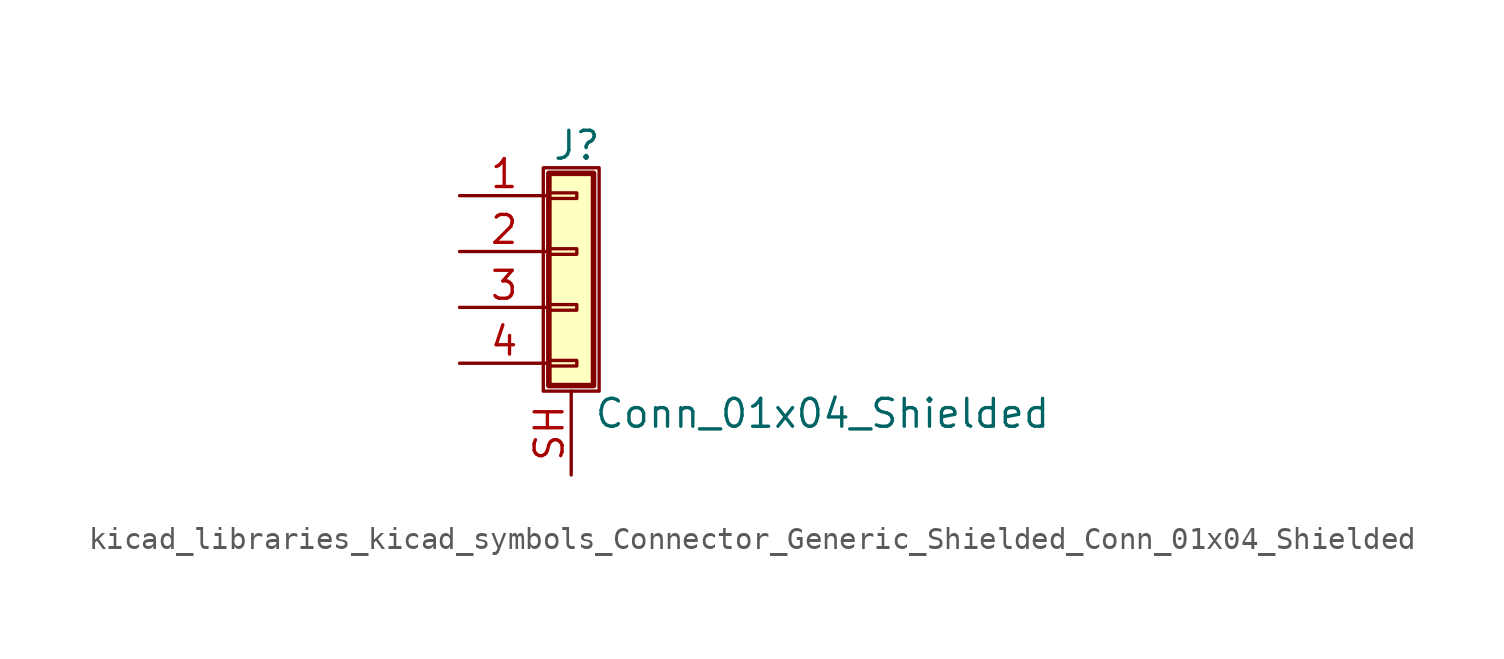
<source format=kicad_sym>
(kicad_symbol_lib
  (version 20220914)
  (generator kicad_symbol_editor)
  (symbol "kicad_libraries_kicad_symbols_Connector_Generic_Shielded_Conn_01x04_Shielded"
    (pin_names
      (offset 1.016) hide)
    (property "Reference" "J"
      (at 0.254 4.826 0)
      (effects (font (size 1.27 1.27))))
    (property "Value" "Conn_01x04_Shielded"
      (at 1.016 -7.366 0)
      (effects (font (size 1.27 1.27)) (justify left)))
    (symbol "kicad_libraries_kicad_symbols_Connector_Generic_Shielded_Conn_01x04_Shielded_1_1"
      (rectangle (start -1.27 3.81) (end 1.27 -6.35) (stroke (width 0.152) (type default)) (fill (type none)))
      (rectangle (start -1.016 -4.953) (end 0.254 -5.207) (stroke (width 0.152) (type default)) (fill (type none)))
      (rectangle (start -1.016 -2.413) (end 0.254 -2.667) (stroke (width 0.152) (type default)) (fill (type none)))
      (rectangle (start -1.016 0.127) (end 0.254 -0.127) (stroke (width 0.152) (type default)) (fill (type none)))
      (rectangle (start -1.016 2.667) (end 0.254 2.413) (stroke (width 0.152) (type default)) (fill (type none)))
      (rectangle (start -1.016 3.556) (end 1.016 -6.096) (stroke (width 0.254) (type default)) (fill (type background)))
      (pin passive line (at -5.08 2.54 0) (length 4.064) (name "Pin_1" (effects (font (size 1.27 1.27)))) (number "1" (effects (font (size 1.27 1.27)))))
      (pin passive line (at -5.08 0 0) (length 4.064) (name "Pin_2" (effects (font (size 1.27 1.27)))) (number "2" (effects (font (size 1.27 1.27)))))
      (pin passive line (at -5.08 -2.54 0) (length 4.064) (name "Pin_3" (effects (font (size 1.27 1.27)))) (number "3" (effects (font (size 1.27 1.27)))))
      (pin passive line (at -5.08 -5.08 0) (length 4.064) (name "Pin_4" (effects (font (size 1.27 1.27)))) (number "4" (effects (font (size 1.27 1.27)))))
      (pin passive line (at 0 -10.16 90) (length 3.81) (name "Shield" (effects (font (size 1.27 1.27)))) (number "SH" (effects (font (size 1.27 1.27))))))))
</source>
